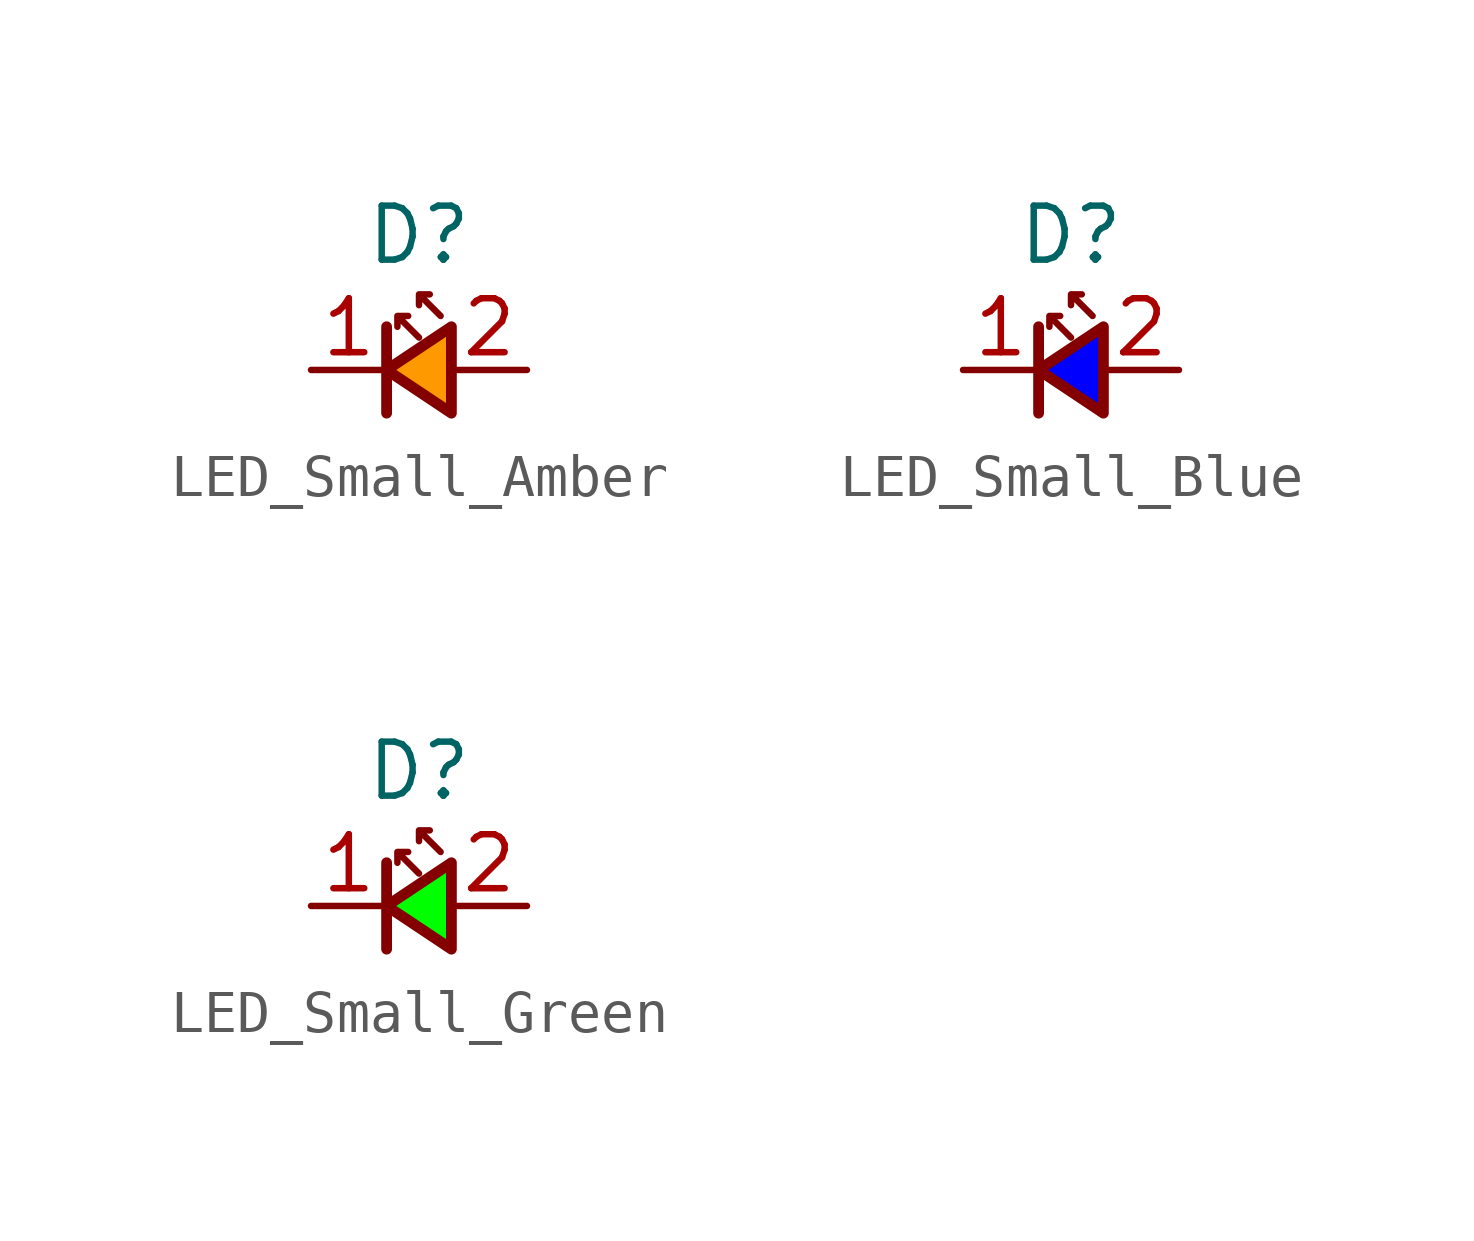
<source format=kicad_sym>
(kicad_symbol_lib
  (version 20231120)
  (generator "kicad_symbol_editor")
  (generator_version "8.0")
  (symbol "LED_Small_Amber"
    (property "Reference" "D"
      (at 0 0 0)
      (effects (font (size 1.27 1.27))))
    (property "Value" ""
      (at 0 0 0)
      (effects (font (size 1.27 1.27))))
    (symbol "LED_Small_Amber_0_1"
      (polyline (pts (xy -0.762 -4.191) (xy -0.762 -2.159)) (stroke (width 0.254) (type default)) (fill (type none)))
      (polyline (pts (xy -0.635 -3.175) (xy -0.762 -3.175)) (stroke (width 0) (type default)) (fill (type none))))
    (symbol "LED_Small_Amber_1_1"
      (polyline (pts (xy 0.762 -4.191) (xy -0.762 -3.175) (xy 0.762 -2.159) (xy 0.762 -4.191)) (stroke (width 0.254) (type default)) (fill (type color) (color 255 153 0 1)))
      (polyline (pts (xy 0 -2.413) (xy -0.508 -1.905) (xy -0.254 -1.905) (xy -0.508 -1.905) (xy -0.508 -2.159)) (stroke (width 0) (type default) (color 132 0 0 1)) (fill (type none)))
      (polyline (pts (xy 0.508 -1.905) (xy 0 -1.397) (xy 0.254 -1.397) (xy 0 -1.397) (xy 0 -1.651)) (stroke (width 0) (type default) (color 132 0 0 1)) (fill (type none)))
      (pin passive line (at -2.54 -3.175 0) (length 1.778) (name "" (effects (font (size 1.27 1.27)))) (number "1" (effects (font (size 1.27 1.27)))))
      (pin passive line (at 2.54 -3.175 180) (length 1.778) (name "" (effects (font (size 1.27 1.27)))) (number "2" (effects (font (size 1.27 1.27)))))))
  (symbol "LED_Small_Blue"
    (pin_names hide)
    (property "Reference" "D"
      (at 0 0 0)
      (effects (font (size 1.27 1.27))))
    (property "Value" ""
      (at 0 0 0)
      (effects (font (size 1.27 1.27))))
    (symbol "LED_Small_Blue_0_1"
      (polyline (pts (xy -0.762 -4.191) (xy -0.762 -2.159)) (stroke (width 0.254) (type default)) (fill (type none)))
      (polyline (pts (xy -0.635 -3.175) (xy -0.762 -3.175)) (stroke (width 0) (type default)) (fill (type none))))
    (symbol "LED_Small_Blue_1_1"
      (polyline (pts (xy 0.762 -4.191) (xy -0.762 -3.175) (xy 0.762 -2.159) (xy 0.762 -4.191)) (stroke (width 0.254) (type default)) (fill (type color) (color 0 0 255 1)))
      (polyline (pts (xy 0 -2.413) (xy -0.508 -1.905) (xy -0.254 -1.905) (xy -0.508 -1.905) (xy -0.508 -2.159)) (stroke (width 0) (type default) (color 132 0 0 1)) (fill (type none)))
      (polyline (pts (xy 0.508 -1.905) (xy 0 -1.397) (xy 0.254 -1.397) (xy 0 -1.397) (xy 0 -1.651)) (stroke (width 0) (type default) (color 132 0 0 1)) (fill (type none)))
      (pin passive line (at -2.54 -3.175 0) (length 1.778) (name "" (effects (font (size 1.27 1.27)))) (number "1" (effects (font (size 1.27 1.27)))))
      (pin passive line (at 2.54 -3.175 180) (length 1.778) (name "" (effects (font (size 1.27 1.27)))) (number "2" (effects (font (size 1.27 1.27)))))))
  (symbol "LED_Small_Green"
    (property "Reference" "D"
      (at 0 0 0)
      (effects (font (size 1.27 1.27))))
    (property "Value" ""
      (at 0 0 0)
      (effects (font (size 1.27 1.27))))
    (symbol "LED_Small_Green_0_1"
      (polyline (pts (xy -0.762 -4.191) (xy -0.762 -2.159)) (stroke (width 0.254) (type default)) (fill (type none)))
      (polyline (pts (xy -0.635 -3.175) (xy -0.762 -3.175)) (stroke (width 0) (type default)) (fill (type none))))
    (symbol "LED_Small_Green_1_1"
      (polyline (pts (xy 0.762 -4.191) (xy -0.762 -3.175) (xy 0.762 -2.159) (xy 0.762 -4.191)) (stroke (width 0.254) (type default)) (fill (type color) (color 0 255 0 1)))
      (polyline (pts (xy 0 -2.413) (xy -0.508 -1.905) (xy -0.254 -1.905) (xy -0.508 -1.905) (xy -0.508 -2.159)) (stroke (width 0) (type default) (color 132 0 0 1)) (fill (type none)))
      (polyline (pts (xy 0.508 -1.905) (xy 0 -1.397) (xy 0.254 -1.397) (xy 0 -1.397) (xy 0 -1.651)) (stroke (width 0) (type default) (color 132 0 0 1)) (fill (type none)))
      (pin passive line (at -2.54 -3.175 0) (length 1.778) (name "" (effects (font (size 1.27 1.27)))) (number "1" (effects (font (size 1.27 1.27)))))
      (pin passive line (at 2.54 -3.175 180) (length 1.778) (name "" (effects (font (size 1.27 1.27)))) (number "2" (effects (font (size 1.27 1.27))))))))
</source>
